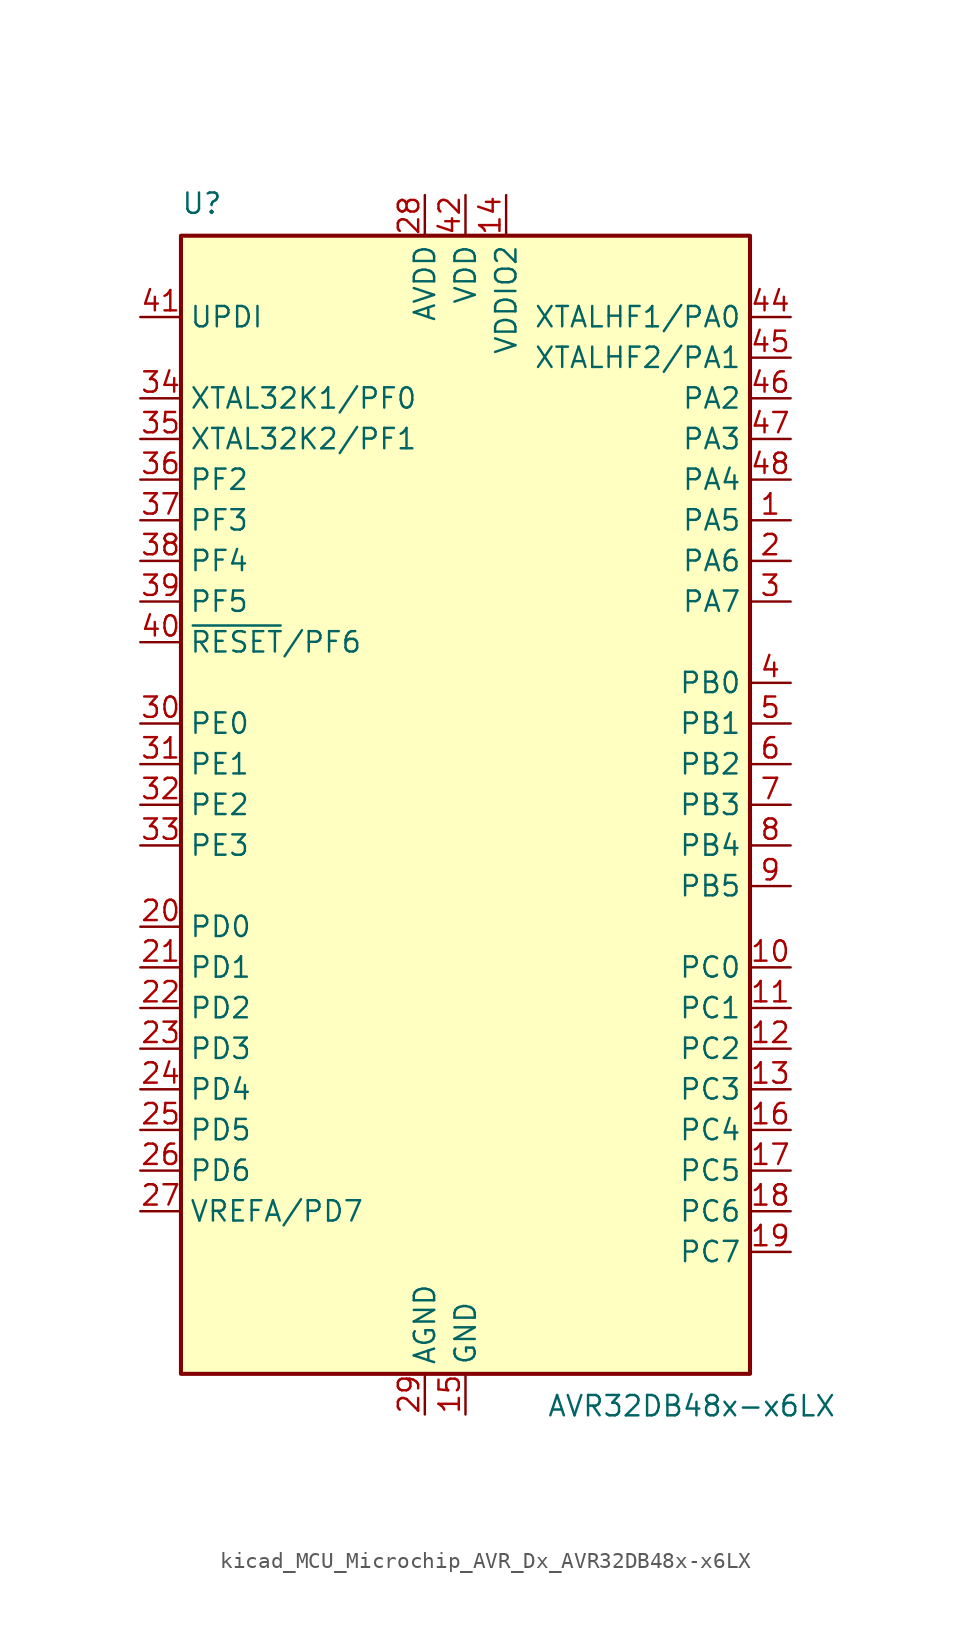
<source format=kicad_sym>
(kicad_symbol_lib
  (version 20220914)
  (generator kicad_symbol_editor)
  (symbol "kicad_MCU_Microchip_AVR_Dx_AVR32DB48x-x6LX"
    (property "Reference" "U"
      (at -17.78 36.83 0)
      (effects (font (size 1.27 1.27)) (justify left bottom)))
    (property "Value" "AVR32DB48x-x6LX"
      (at 5.08 -36.83 0)
      (effects (font (size 1.27 1.27)) (justify left top)))
    (symbol "kicad_MCU_Microchip_AVR_Dx_AVR32DB48x-x6LX_0_1"
      (rectangle (start -17.78 35.56) (end 17.78 -35.56) (stroke (width 0.254) (type default)) (fill (type background))))
    (symbol "kicad_MCU_Microchip_AVR_Dx_AVR32DB48x-x6LX_1_1"
      (pin bidirectional line (at 20.32 17.78 180) (length 2.54) (name "PA5" (effects (font (size 1.27 1.27)))) (number "1" (effects (font (size 1.27 1.27)))))
      (pin bidirectional line (at 20.32 -10.16 180) (length 2.54) (name "PC0" (effects (font (size 1.27 1.27)))) (number "10" (effects (font (size 1.27 1.27)))))
      (pin bidirectional line (at 20.32 -12.7 180) (length 2.54) (name "PC1" (effects (font (size 1.27 1.27)))) (number "11" (effects (font (size 1.27 1.27)))))
      (pin bidirectional line (at 20.32 -15.24 180) (length 2.54) (name "PC2" (effects (font (size 1.27 1.27)))) (number "12" (effects (font (size 1.27 1.27)))))
      (pin bidirectional line (at 20.32 -17.78 180) (length 2.54) (name "PC3" (effects (font (size 1.27 1.27)))) (number "13" (effects (font (size 1.27 1.27)))))
      (pin power_in line (at 2.54 38.1 270) (length 2.54) (name "VDDIO2" (effects (font (size 1.27 1.27)))) (number "14" (effects (font (size 1.27 1.27)))))
      (pin power_in line (at 0 -38.1 90) (length 2.54) (name "GND" (effects (font (size 1.27 1.27)))) (number "15" (effects (font (size 1.27 1.27)))))
      (pin bidirectional line (at 20.32 -20.32 180) (length 2.54) (name "PC4" (effects (font (size 1.27 1.27)))) (number "16" (effects (font (size 1.27 1.27)))))
      (pin bidirectional line (at 20.32 -22.86 180) (length 2.54) (name "PC5" (effects (font (size 1.27 1.27)))) (number "17" (effects (font (size 1.27 1.27)))))
      (pin bidirectional line (at 20.32 -25.4 180) (length 2.54) (name "PC6" (effects (font (size 1.27 1.27)))) (number "18" (effects (font (size 1.27 1.27)))))
      (pin bidirectional line (at 20.32 -27.94 180) (length 2.54) (name "PC7" (effects (font (size 1.27 1.27)))) (number "19" (effects (font (size 1.27 1.27)))))
      (pin bidirectional line (at 20.32 15.24 180) (length 2.54) (name "PA6" (effects (font (size 1.27 1.27)))) (number "2" (effects (font (size 1.27 1.27)))))
      (pin bidirectional line (at -20.32 -7.62 0) (length 2.54) (name "PD0" (effects (font (size 1.27 1.27)))) (number "20" (effects (font (size 1.27 1.27)))))
      (pin bidirectional line (at -20.32 -10.16 0) (length 2.54) (name "PD1" (effects (font (size 1.27 1.27)))) (number "21" (effects (font (size 1.27 1.27)))))
      (pin bidirectional line (at -20.32 -12.7 0) (length 2.54) (name "PD2" (effects (font (size 1.27 1.27)))) (number "22" (effects (font (size 1.27 1.27)))))
      (pin bidirectional line (at -20.32 -15.24 0) (length 2.54) (name "PD3" (effects (font (size 1.27 1.27)))) (number "23" (effects (font (size 1.27 1.27)))))
      (pin bidirectional line (at -20.32 -17.78 0) (length 2.54) (name "PD4" (effects (font (size 1.27 1.27)))) (number "24" (effects (font (size 1.27 1.27)))))
      (pin bidirectional line (at -20.32 -20.32 0) (length 2.54) (name "PD5" (effects (font (size 1.27 1.27)))) (number "25" (effects (font (size 1.27 1.27)))))
      (pin bidirectional line (at -20.32 -22.86 0) (length 2.54) (name "PD6" (effects (font (size 1.27 1.27)))) (number "26" (effects (font (size 1.27 1.27)))))
      (pin bidirectional line (at -20.32 -25.4 0) (length 2.54) (name "VREFA/PD7" (effects (font (size 1.27 1.27)))) (number "27" (effects (font (size 1.27 1.27)))))
      (pin power_in line (at -2.54 38.1 270) (length 2.54) (name "AVDD" (effects (font (size 1.27 1.27)))) (number "28" (effects (font (size 1.27 1.27)))))
      (pin power_in line (at -2.54 -38.1 90) (length 2.54) (name "AGND" (effects (font (size 1.27 1.27)))) (number "29" (effects (font (size 1.27 1.27)))))
      (pin bidirectional line (at 20.32 12.7 180) (length 2.54) (name "PA7" (effects (font (size 1.27 1.27)))) (number "3" (effects (font (size 1.27 1.27)))))
      (pin bidirectional line (at -20.32 5.08 0) (length 2.54) (name "PE0" (effects (font (size 1.27 1.27)))) (number "30" (effects (font (size 1.27 1.27)))))
      (pin bidirectional line (at -20.32 2.54 0) (length 2.54) (name "PE1" (effects (font (size 1.27 1.27)))) (number "31" (effects (font (size 1.27 1.27)))))
      (pin bidirectional line (at -20.32 0 0) (length 2.54) (name "PE2" (effects (font (size 1.27 1.27)))) (number "32" (effects (font (size 1.27 1.27)))))
      (pin bidirectional line (at -20.32 -2.54 0) (length 2.54) (name "PE3" (effects (font (size 1.27 1.27)))) (number "33" (effects (font (size 1.27 1.27)))))
      (pin bidirectional line (at -20.32 25.4 0) (length 2.54) (name "XTAL32K1/PF0" (effects (font (size 1.27 1.27)))) (number "34" (effects (font (size 1.27 1.27)))))
      (pin bidirectional line (at -20.32 22.86 0) (length 2.54) (name "XTAL32K2/PF1" (effects (font (size 1.27 1.27)))) (number "35" (effects (font (size 1.27 1.27)))))
      (pin bidirectional line (at -20.32 20.32 0) (length 2.54) (name "PF2" (effects (font (size 1.27 1.27)))) (number "36" (effects (font (size 1.27 1.27)))))
      (pin bidirectional line (at -20.32 17.78 0) (length 2.54) (name "PF3" (effects (font (size 1.27 1.27)))) (number "37" (effects (font (size 1.27 1.27)))))
      (pin bidirectional line (at -20.32 15.24 0) (length 2.54) (name "PF4" (effects (font (size 1.27 1.27)))) (number "38" (effects (font (size 1.27 1.27)))))
      (pin bidirectional line (at -20.32 12.7 0) (length 2.54) (name "PF5" (effects (font (size 1.27 1.27)))) (number "39" (effects (font (size 1.27 1.27)))))
      (pin bidirectional line (at 20.32 7.62 180) (length 2.54) (name "PB0" (effects (font (size 1.27 1.27)))) (number "4" (effects (font (size 1.27 1.27)))))
      (pin bidirectional line (at -20.32 10.16 0) (length 2.54) (name "~{RESET}/PF6" (effects (font (size 1.27 1.27)))) (number "40" (effects (font (size 1.27 1.27)))))
      (pin input line (at -20.32 30.48 0) (length 2.54) (name "UPDI" (effects (font (size 1.27 1.27)))) (number "41" (effects (font (size 1.27 1.27)))))
      (pin power_in line (at 0 38.1 270) (length 2.54) (name "VDD" (effects (font (size 1.27 1.27)))) (number "42" (effects (font (size 1.27 1.27)))))
      (pin passive line (at 0 -38.1 90) (length 2.54) hide (name "GND" (effects (font (size 1.27 1.27)))) (number "43" (effects (font (size 1.27 1.27)))))
      (pin bidirectional line (at 20.32 30.48 180) (length 2.54) (name "XTALHF1/PA0" (effects (font (size 1.27 1.27)))) (number "44" (effects (font (size 1.27 1.27)))))
      (pin bidirectional line (at 20.32 27.94 180) (length 2.54) (name "XTALHF2/PA1" (effects (font (size 1.27 1.27)))) (number "45" (effects (font (size 1.27 1.27)))))
      (pin bidirectional line (at 20.32 25.4 180) (length 2.54) (name "PA2" (effects (font (size 1.27 1.27)))) (number "46" (effects (font (size 1.27 1.27)))))
      (pin bidirectional line (at 20.32 22.86 180) (length 2.54) (name "PA3" (effects (font (size 1.27 1.27)))) (number "47" (effects (font (size 1.27 1.27)))))
      (pin bidirectional line (at 20.32 20.32 180) (length 2.54) (name "PA4" (effects (font (size 1.27 1.27)))) (number "48" (effects (font (size 1.27 1.27)))))
      (pin passive line (at 0 -38.1 90) (length 2.54) hide (name "GND" (effects (font (size 1.27 1.27)))) (number "49" (effects (font (size 1.27 1.27)))))
      (pin bidirectional line (at 20.32 5.08 180) (length 2.54) (name "PB1" (effects (font (size 1.27 1.27)))) (number "5" (effects (font (size 1.27 1.27)))))
      (pin bidirectional line (at 20.32 2.54 180) (length 2.54) (name "PB2" (effects (font (size 1.27 1.27)))) (number "6" (effects (font (size 1.27 1.27)))))
      (pin bidirectional line (at 20.32 0 180) (length 2.54) (name "PB3" (effects (font (size 1.27 1.27)))) (number "7" (effects (font (size 1.27 1.27)))))
      (pin bidirectional line (at 20.32 -2.54 180) (length 2.54) (name "PB4" (effects (font (size 1.27 1.27)))) (number "8" (effects (font (size 1.27 1.27)))))
      (pin bidirectional line (at 20.32 -5.08 180) (length 2.54) (name "PB5" (effects (font (size 1.27 1.27)))) (number "9" (effects (font (size 1.27 1.27))))))))
</source>
